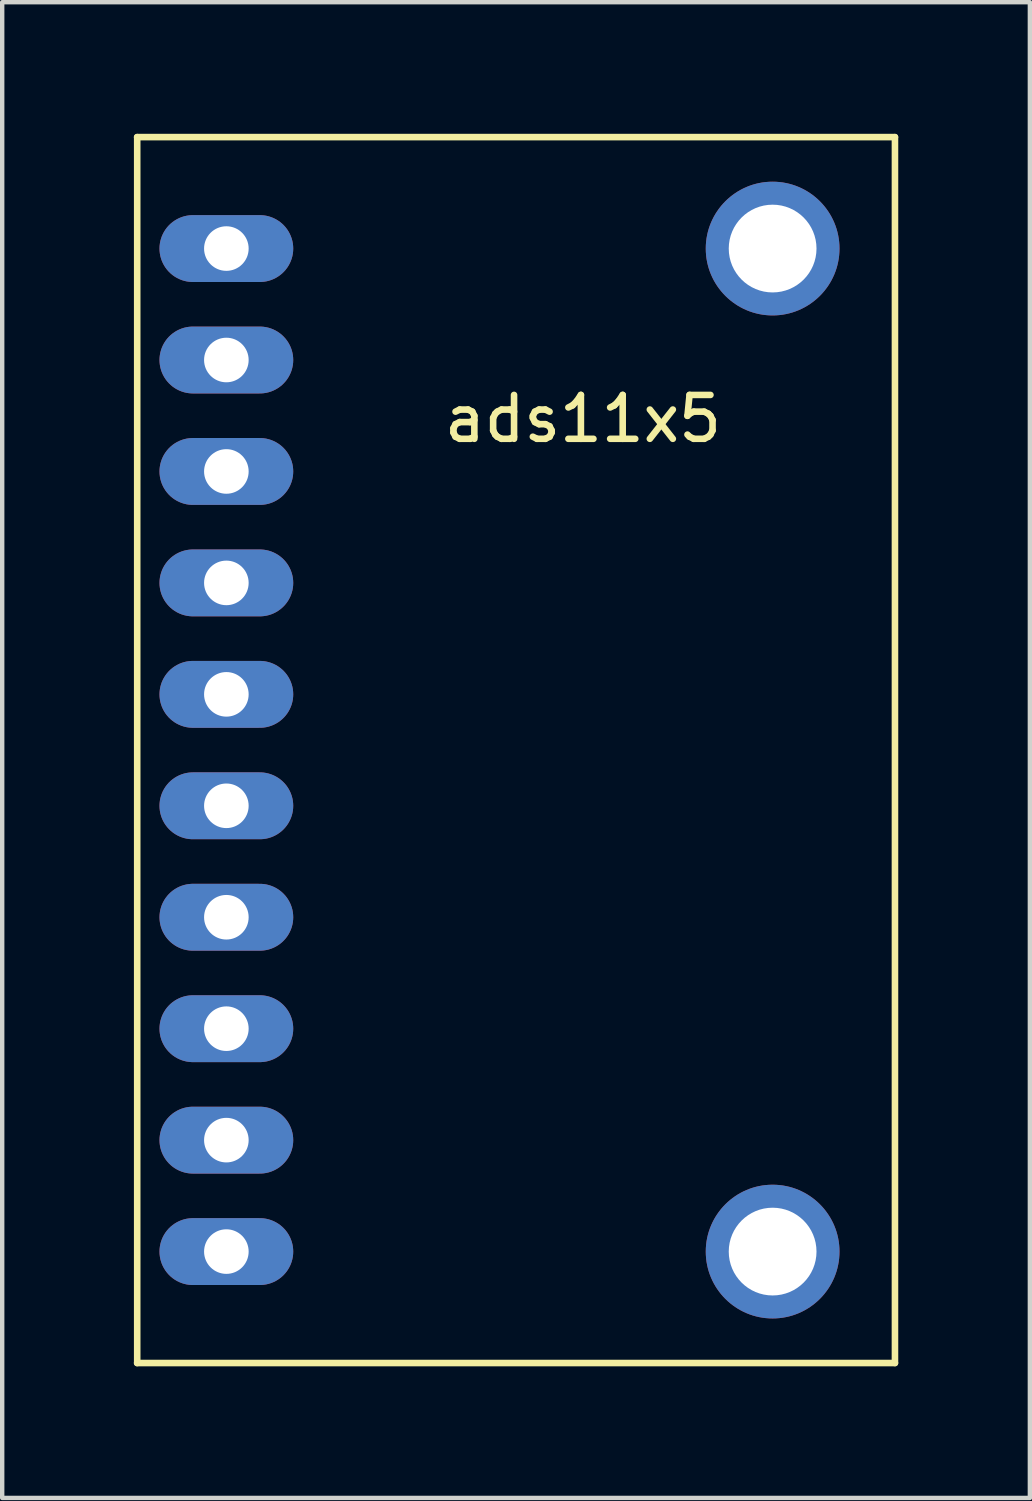
<source format=kicad_pcb>
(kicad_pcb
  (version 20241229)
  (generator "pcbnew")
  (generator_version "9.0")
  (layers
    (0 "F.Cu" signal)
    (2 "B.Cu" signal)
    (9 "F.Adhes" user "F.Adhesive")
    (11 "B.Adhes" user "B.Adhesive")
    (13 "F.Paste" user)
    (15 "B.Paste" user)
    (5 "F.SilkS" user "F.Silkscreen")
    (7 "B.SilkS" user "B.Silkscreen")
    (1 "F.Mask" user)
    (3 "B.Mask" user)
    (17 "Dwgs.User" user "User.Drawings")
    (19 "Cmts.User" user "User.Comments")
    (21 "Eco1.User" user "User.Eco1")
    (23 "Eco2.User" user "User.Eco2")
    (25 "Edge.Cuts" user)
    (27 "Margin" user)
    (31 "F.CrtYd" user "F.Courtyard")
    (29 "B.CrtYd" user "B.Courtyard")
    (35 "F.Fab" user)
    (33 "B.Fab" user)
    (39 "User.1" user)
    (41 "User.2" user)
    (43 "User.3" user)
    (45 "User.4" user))
  (footprint "ads11x5"
    (layer "F.Cu")
    (at 2.109 2.615)
    (property "Reference" "ads11x5" (at 8.128 3.881 0) (layer "F.SilkS") (effects (font (size 1 1) (thickness 0.15))))
    (attr through_hole)
    (fp_line (start -2.034 -2.54) (end 15.238 -2.54) (stroke (width 0.15) (type solid)) (layer "F.SilkS"))
    (fp_line (start -2.032 -2.54) (end -2.032 25.4) (stroke (width 0.15) (type solid)) (layer "F.SilkS"))
    (fp_line (start 15.238 -2.54) (end 15.238 25.4) (stroke (width 0.15) (type solid)) (layer "F.SilkS"))
    (fp_line (start 15.238 25.4) (end -2.034 25.4) (stroke (width 0.15) (type solid)) (layer "F.SilkS"))
    (pad "1" thru_hole oval (at 0 0) (size 3.048 1.524) (drill 1.016) (layers "*.Cu" "*.Mask"))
    (pad "2" thru_hole oval (at 0 2.54) (size 3.048 1.524) (drill 1.016) (layers "*.Cu" "*.Mask"))
    (pad "3" thru_hole oval (at 0 5.08) (size 3.048 1.524) (drill 1.016) (layers "*.Cu" "*.Mask"))
    (pad "4" thru_hole oval (at 0 7.62) (size 3.048 1.524) (drill 1.016) (layers "*.Cu" "*.Mask"))
    (pad "5" thru_hole oval (at 0 10.16) (size 3.048 1.524) (drill 1.016) (layers "*.Cu" "*.Mask"))
    (pad "6" thru_hole oval (at 0 12.7) (size 3.048 1.524) (drill 1.016) (layers "*.Cu" "*.Mask"))
    (pad "7" thru_hole oval (at 0 15.24) (size 3.048 1.524) (drill 1.016) (layers "*.Cu" "*.Mask"))
    (pad "8" thru_hole oval (at 0 17.78) (size 3.048 1.524) (drill 1.016) (layers "*.Cu" "*.Mask"))
    (pad "9" thru_hole oval (at 0 20.32) (size 3.048 1.524) (drill 1.016) (layers "*.Cu" "*.Mask"))
    (pad "10" thru_hole oval (at 0 22.86) (size 3.048 1.524) (drill 1.016) (layers "*.Cu" "*.Mask"))
    (pad "11" thru_hole circle (at 12.45 0) (size 3.048 3.048) (drill 2) (layers "*.Cu" "*.Mask"))
    (pad "12" thru_hole circle (at 12.45 22.86) (size 3.048 3.048) (drill 2) (layers "*.Cu" "*.Mask")))
  (gr_rect
    (start -3 -3)
    (end 20.422 31.09)
    (stroke (width 0.1) (type default))
    (fill no)
    (layer "Edge.Cuts")))
</source>
